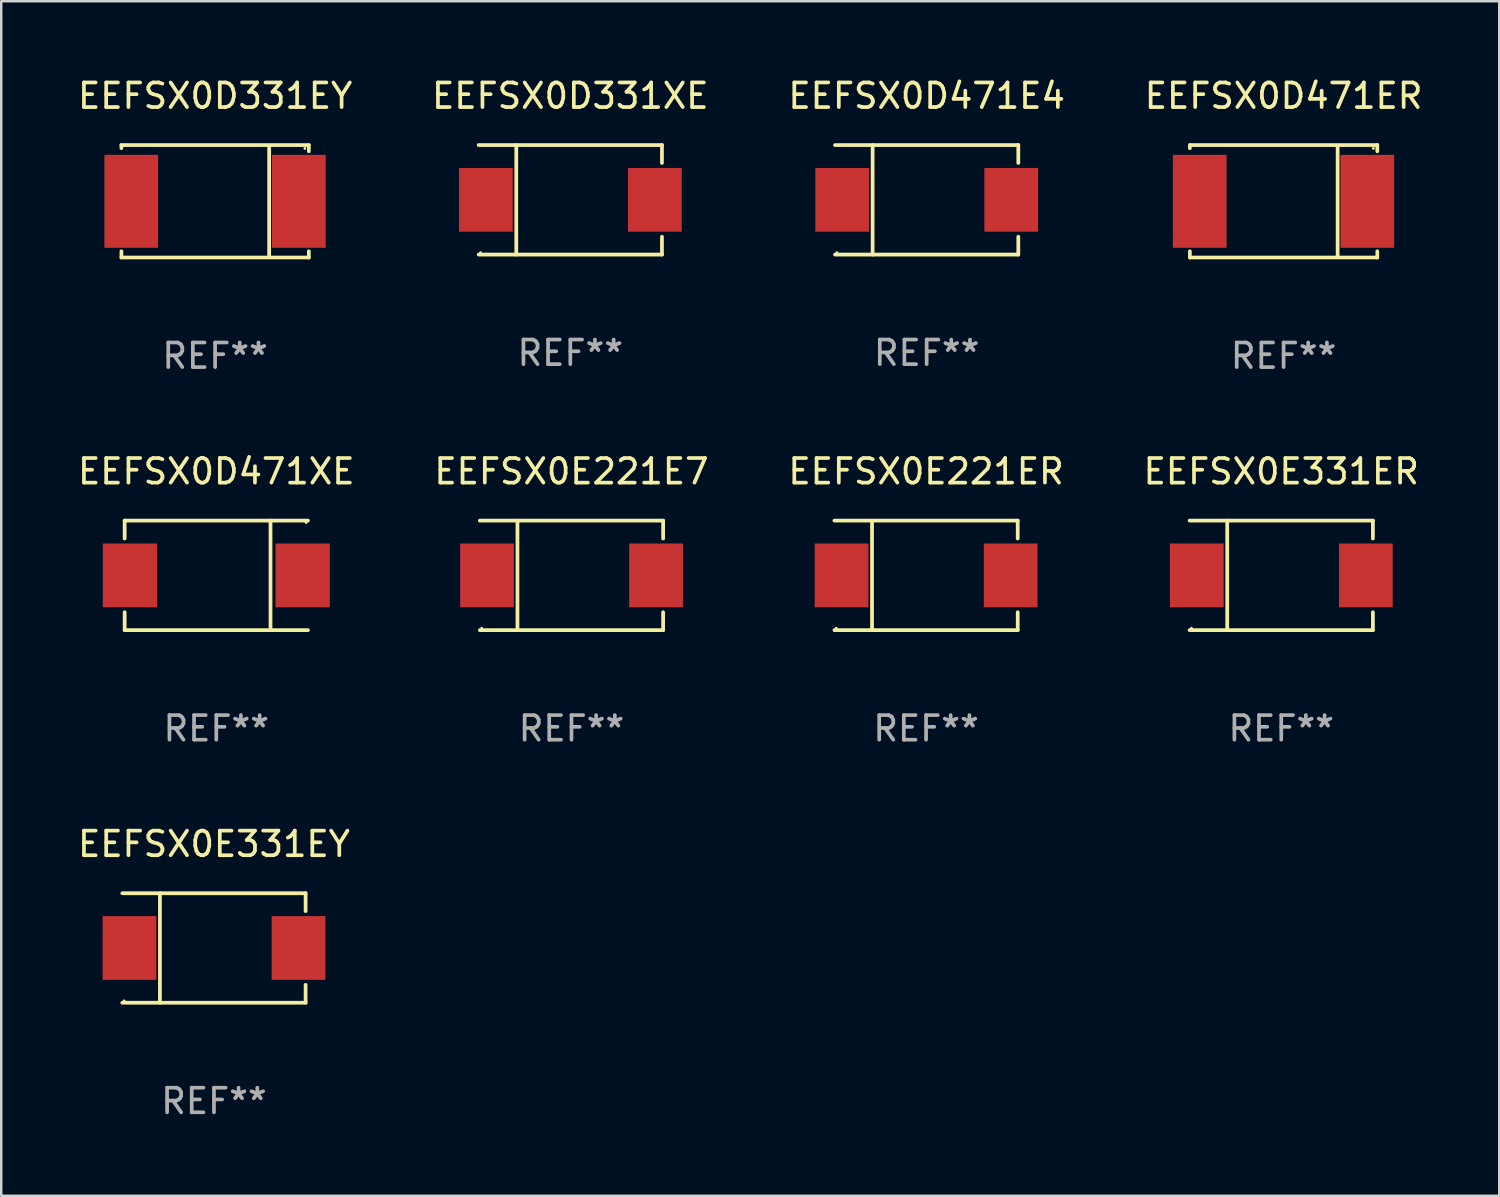
<source format=kicad_pcb>
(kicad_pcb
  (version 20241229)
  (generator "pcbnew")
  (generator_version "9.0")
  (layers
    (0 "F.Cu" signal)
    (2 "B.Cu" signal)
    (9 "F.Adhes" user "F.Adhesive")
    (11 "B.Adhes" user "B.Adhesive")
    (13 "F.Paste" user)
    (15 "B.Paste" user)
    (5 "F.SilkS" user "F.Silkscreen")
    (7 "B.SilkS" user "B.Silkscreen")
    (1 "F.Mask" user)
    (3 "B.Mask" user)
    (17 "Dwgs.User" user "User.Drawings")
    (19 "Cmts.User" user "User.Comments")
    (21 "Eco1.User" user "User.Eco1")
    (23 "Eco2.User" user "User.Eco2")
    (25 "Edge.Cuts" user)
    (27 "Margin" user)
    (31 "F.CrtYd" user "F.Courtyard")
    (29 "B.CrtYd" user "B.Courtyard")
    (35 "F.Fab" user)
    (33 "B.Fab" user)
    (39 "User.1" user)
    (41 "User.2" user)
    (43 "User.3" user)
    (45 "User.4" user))
  (footprint "EEFSX0D471XE"
    (layer "F.Cu")
    (at 5.744 20.343)
    (property "Reference" "EEFSX0D471XE" (at 0 -4.226 0) (layer "F.SilkS") (effects (font (size 1 1) (thickness 0.15))))
    (attr through_hole)
    (fp_line (start -3.726 -2.226) (end -3.726 -1.499) (stroke (width 0.152) (type solid)) (layer "F.SilkS"))
    (fp_line (start -3.726 -2.226) (end 3.726 -2.226) (stroke (width 0.152) (type solid)) (layer "F.SilkS"))
    (fp_line (start -3.726 2.226) (end -3.726 1.499) (stroke (width 0.152) (type solid)) (layer "F.SilkS"))
    (fp_line (start -3.726 2.226) (end 3.726 2.226) (stroke (width 0.152) (type solid)) (layer "F.SilkS"))
    (fp_line (start 2.204 -2.226) (end 2.204 2.226) (stroke (width 0.152) (type solid)) (layer "F.SilkS"))
    (fp_circle (center 3.65 -2.15) (end 3.68 -2.15) (stroke (width 0.06) (type solid)) (fill no) (layer "F.SilkS"))
    (fp_text user "REF**" (at 0 6.226 0) (layer "F.Fab") (effects (font (size 1 1) (thickness 0.15))))
    (pad "1" smd rect (at 3.511 0) (size 2.207 2.592) (layers "F.Cu" "F.Mask" "F.Paste"))
    (pad "2" smd rect (at -3.511 0) (size 2.207 2.592) (layers "F.Cu" "F.Mask" "F.Paste")))
  (footprint "EEFSX0D471E4"
    (layer "F.Cu")
    (at 34.625 5.074)
    (property "Reference" "EEFSX0D471E4" (at 0 -4.226 0) (layer "F.SilkS") (effects (font (size 1 1) (thickness 0.15))))
    (attr through_hole)
    (fp_line (start -3.726 -2.226) (end 3.726 -2.226) (stroke (width 0.152) (type solid)) (layer "F.SilkS"))
    (fp_line (start -3.726 2.226) (end 3.726 2.226) (stroke (width 0.152) (type solid)) (layer "F.SilkS"))
    (fp_line (start -2.197 -2.226) (end -2.197 2.226) (stroke (width 0.152) (type solid)) (layer "F.SilkS"))
    (fp_line (start 3.726 -2.226) (end 3.726 -1.499) (stroke (width 0.152) (type solid)) (layer "F.SilkS"))
    (fp_line (start 3.726 2.226) (end 3.726 1.499) (stroke (width 0.152) (type solid)) (layer "F.SilkS"))
    (fp_circle (center -3.65 2.15) (end -3.62 2.15) (stroke (width 0.06) (type solid)) (fill no) (layer "F.SilkS"))
    (fp_text user "REF**" (at 0 6.226 0) (layer "F.Fab") (effects (font (size 1 1) (thickness 0.15))))
    (pad "1" smd rect (at -3.434 0 180) (size 2.185 2.592) (layers "F.Cu" "F.Mask" "F.Paste"))
    (pad "2" smd rect (at 3.439 0 180) (size 2.185 2.592) (layers "F.Cu" "F.Mask" "F.Paste")))
  (footprint "EEFSX0D331XE"
    (layer "F.Cu")
    (at 20.137 5.074)
    (property "Reference" "EEFSX0D331XE" (at 0 -4.226 0) (layer "F.SilkS") (effects (font (size 1 1) (thickness 0.15))))
    (attr through_hole)
    (fp_line (start -3.726 -2.226) (end 3.726 -2.226) (stroke (width 0.152) (type solid)) (layer "F.SilkS"))
    (fp_line (start -3.726 2.226) (end 3.726 2.226) (stroke (width 0.152) (type solid)) (layer "F.SilkS"))
    (fp_line (start -2.197 -2.226) (end -2.197 2.226) (stroke (width 0.152) (type solid)) (layer "F.SilkS"))
    (fp_line (start 3.726 -2.226) (end 3.726 -1.499) (stroke (width 0.152) (type solid)) (layer "F.SilkS"))
    (fp_line (start 3.726 2.226) (end 3.726 1.499) (stroke (width 0.152) (type solid)) (layer "F.SilkS"))
    (fp_circle (center -3.65 2.15) (end -3.62 2.15) (stroke (width 0.06) (type solid)) (fill no) (layer "F.SilkS"))
    (fp_text user "REF**" (at 0 6.226 0) (layer "F.Fab") (effects (font (size 1 1) (thickness 0.15))))
    (pad "1" smd rect (at -3.434 0 180) (size 2.185 2.592) (layers "F.Cu" "F.Mask" "F.Paste"))
    (pad "2" smd rect (at 3.439 0 180) (size 2.185 2.592) (layers "F.Cu" "F.Mask" "F.Paste")))
  (footprint "EEFSX0D331EY"
    (layer "F.Cu")
    (at 5.696 5.134)
    (property "Reference" "EEFSX0D331EY" (at 0 -4.286 0) (layer "F.SilkS") (effects (font (size 1 1) (thickness 0.15))))
    (attr through_hole)
    (fp_line (start -3.81 -2.286) (end -3.81 -2.159) (stroke (width 0.15) (type solid)) (layer "F.SilkS"))
    (fp_line (start -3.81 2.032) (end -3.81 2.286) (stroke (width 0.15) (type solid)) (layer "F.SilkS"))
    (fp_line (start -3.81 2.286) (end 3.81 2.286) (stroke (width 0.15) (type solid)) (layer "F.SilkS"))
    (fp_line (start 2.197 -2.226) (end 2.197 2.226) (stroke (width 0.152) (type solid)) (layer "F.SilkS"))
    (fp_line (start 3.81 -2.286) (end -3.81 -2.286) (stroke (width 0.15) (type solid)) (layer "F.SilkS"))
    (fp_line (start 3.81 -2.032) (end 3.81 -2.286) (stroke (width 0.15) (type solid)) (layer "F.SilkS"))
    (fp_line (start 3.81 2.286) (end 3.81 2.032) (stroke (width 0.15) (type solid)) (layer "F.SilkS"))
    (fp_circle (center 3.65 -2.15) (end 3.68 -2.15) (stroke (width 0.06) (type solid)) (fill no) (layer "F.SilkS"))
    (fp_text user "REF**" (at 0 6.286 0) (layer "F.Fab") (effects (font (size 1 1) (thickness 0.15))))
    (pad "1" smd rect (at 3.404 0 180) (size 2.185 3.78) (layers "F.Cu" "F.Mask" "F.Paste"))
    (pad "2" smd rect (at -3.409 0 180) (size 2.185 3.78) (layers "F.Cu" "F.Mask" "F.Paste")))
  (footprint "EEFSX0D471ER"
    (layer "F.Cu")
    (at 49.137 5.134)
    (property "Reference" "EEFSX0D471ER" (at 0 -4.286 0) (layer "F.SilkS") (effects (font (size 1 1) (thickness 0.15))))
    (attr through_hole)
    (fp_line (start -3.81 -2.286) (end -3.81 -2.159) (stroke (width 0.15) (type solid)) (layer "F.SilkS"))
    (fp_line (start -3.81 2.032) (end -3.81 2.286) (stroke (width 0.15) (type solid)) (layer "F.SilkS"))
    (fp_line (start -3.81 2.286) (end 3.81 2.286) (stroke (width 0.15) (type solid)) (layer "F.SilkS"))
    (fp_line (start 2.197 -2.226) (end 2.197 2.226) (stroke (width 0.152) (type solid)) (layer "F.SilkS"))
    (fp_line (start 3.81 -2.286) (end -3.81 -2.286) (stroke (width 0.15) (type solid)) (layer "F.SilkS"))
    (fp_line (start 3.81 -2.032) (end 3.81 -2.286) (stroke (width 0.15) (type solid)) (layer "F.SilkS"))
    (fp_line (start 3.81 2.286) (end 3.81 2.032) (stroke (width 0.15) (type solid)) (layer "F.SilkS"))
    (fp_circle (center 3.65 -2.15) (end 3.68 -2.15) (stroke (width 0.06) (type solid)) (fill no) (layer "F.SilkS"))
    (fp_text user "REF**" (at 0 6.286 0) (layer "F.Fab") (effects (font (size 1 1) (thickness 0.15))))
    (pad "1" smd rect (at 3.404 0 180) (size 2.185 3.78) (layers "F.Cu" "F.Mask" "F.Paste"))
    (pad "2" smd rect (at -3.409 0 180) (size 2.185 3.78) (layers "F.Cu" "F.Mask" "F.Paste")))
  (footprint "EEFSX0E221ER"
    (layer "F.Cu")
    (at 34.601 20.343)
    (property "Reference" "EEFSX0E221ER" (at 0 -4.226 0) (layer "F.SilkS") (effects (font (size 1 1) (thickness 0.15))))
    (attr through_hole)
    (fp_line (start -3.726 -2.226) (end 3.726 -2.226) (stroke (width 0.152) (type solid)) (layer "F.SilkS"))
    (fp_line (start -3.726 2.226) (end 3.726 2.226) (stroke (width 0.152) (type solid)) (layer "F.SilkS"))
    (fp_line (start -2.197 -2.226) (end -2.197 2.226) (stroke (width 0.152) (type solid)) (layer "F.SilkS"))
    (fp_line (start 3.726 -2.226) (end 3.726 -1.499) (stroke (width 0.152) (type solid)) (layer "F.SilkS"))
    (fp_line (start 3.726 2.226) (end 3.726 1.499) (stroke (width 0.152) (type solid)) (layer "F.SilkS"))
    (fp_circle (center -3.65 2.15) (end -3.62 2.15) (stroke (width 0.06) (type solid)) (fill no) (layer "F.SilkS"))
    (fp_text user "REF**" (at 0 6.226 0) (layer "F.Fab") (effects (font (size 1 1) (thickness 0.15))))
    (pad "1" smd rect (at -3.434 0 180) (size 2.185 2.592) (layers "F.Cu" "F.Mask" "F.Paste"))
    (pad "2" smd rect (at 3.439 0 180) (size 2.185 2.592) (layers "F.Cu" "F.Mask" "F.Paste")))
  (footprint "EEFSX0E331EY"
    (layer "F.Cu")
    (at 5.649 35.492)
    (property "Reference" "EEFSX0E331EY" (at 0 -4.226 0) (layer "F.SilkS") (effects (font (size 1 1) (thickness 0.15))))
    (attr through_hole)
    (fp_line (start -3.726 -2.226) (end 3.726 -2.226) (stroke (width 0.152) (type solid)) (layer "F.SilkS"))
    (fp_line (start -3.726 2.226) (end 3.726 2.226) (stroke (width 0.152) (type solid)) (layer "F.SilkS"))
    (fp_line (start -2.197 -2.226) (end -2.197 2.226) (stroke (width 0.152) (type solid)) (layer "F.SilkS"))
    (fp_line (start 3.726 -2.226) (end 3.726 -1.499) (stroke (width 0.152) (type solid)) (layer "F.SilkS"))
    (fp_line (start 3.726 2.226) (end 3.726 1.499) (stroke (width 0.152) (type solid)) (layer "F.SilkS"))
    (fp_circle (center -3.65 2.15) (end -3.62 2.15) (stroke (width 0.06) (type solid)) (fill no) (layer "F.SilkS"))
    (fp_text user "REF**" (at 0 6.226 0) (layer "F.Fab") (effects (font (size 1 1) (thickness 0.15))))
    (pad "1" smd rect (at -3.434 0 180) (size 2.185 2.592) (layers "F.Cu" "F.Mask" "F.Paste"))
    (pad "2" smd rect (at 3.439 0 180) (size 2.185 2.592) (layers "F.Cu" "F.Mask" "F.Paste")))
  (footprint "EEFSX0E221E7"
    (layer "F.Cu")
    (at 20.185 20.343)
    (property "Reference" "EEFSX0E221E7" (at 0 -4.226 0) (layer "F.SilkS") (effects (font (size 1 1) (thickness 0.15))))
    (attr through_hole)
    (fp_line (start -3.726 -2.226) (end 3.726 -2.226) (stroke (width 0.152) (type solid)) (layer "F.SilkS"))
    (fp_line (start -3.726 2.226) (end 3.726 2.226) (stroke (width 0.152) (type solid)) (layer "F.SilkS"))
    (fp_line (start -2.197 -2.226) (end -2.197 2.226) (stroke (width 0.152) (type solid)) (layer "F.SilkS"))
    (fp_line (start 3.726 -2.226) (end 3.726 -1.499) (stroke (width 0.152) (type solid)) (layer "F.SilkS"))
    (fp_line (start 3.726 2.226) (end 3.726 1.499) (stroke (width 0.152) (type solid)) (layer "F.SilkS"))
    (fp_circle (center -3.65 2.15) (end -3.62 2.15) (stroke (width 0.06) (type solid)) (fill no) (layer "F.SilkS"))
    (fp_text user "REF**" (at 0 6.226 0) (layer "F.Fab") (effects (font (size 1 1) (thickness 0.15))))
    (pad "1" smd rect (at -3.434 0 180) (size 2.185 2.592) (layers "F.Cu" "F.Mask" "F.Paste"))
    (pad "2" smd rect (at 3.439 0 180) (size 2.185 2.592) (layers "F.Cu" "F.Mask" "F.Paste")))
  (footprint "EEFSX0E331ER"
    (layer "F.Cu")
    (at 49.042 20.343)
    (property "Reference" "EEFSX0E331ER" (at 0 -4.226 0) (layer "F.SilkS") (effects (font (size 1 1) (thickness 0.15))))
    (attr through_hole)
    (fp_line (start -3.726 -2.226) (end 3.726 -2.226) (stroke (width 0.152) (type solid)) (layer "F.SilkS"))
    (fp_line (start -3.726 2.226) (end 3.726 2.226) (stroke (width 0.152) (type solid)) (layer "F.SilkS"))
    (fp_line (start -2.197 -2.226) (end -2.197 2.226) (stroke (width 0.152) (type solid)) (layer "F.SilkS"))
    (fp_line (start 3.726 -2.226) (end 3.726 -1.499) (stroke (width 0.152) (type solid)) (layer "F.SilkS"))
    (fp_line (start 3.726 2.226) (end 3.726 1.499) (stroke (width 0.152) (type solid)) (layer "F.SilkS"))
    (fp_circle (center -3.65 2.15) (end -3.62 2.15) (stroke (width 0.06) (type solid)) (fill no) (layer "F.SilkS"))
    (fp_text user "REF**" (at 0 6.226 0) (layer "F.Fab") (effects (font (size 1 1) (thickness 0.15))))
    (pad "1" smd rect (at -3.434 0 180) (size 2.185 2.592) (layers "F.Cu" "F.Mask" "F.Paste"))
    (pad "2" smd rect (at 3.439 0 180) (size 2.185 2.592) (layers "F.Cu" "F.Mask" "F.Paste")))
  (gr_rect
    (start -3 -3)
    (end 57.905 45.566)
    (stroke (width 0.1) (type default))
    (fill no)
    (layer "Edge.Cuts")))
</source>
